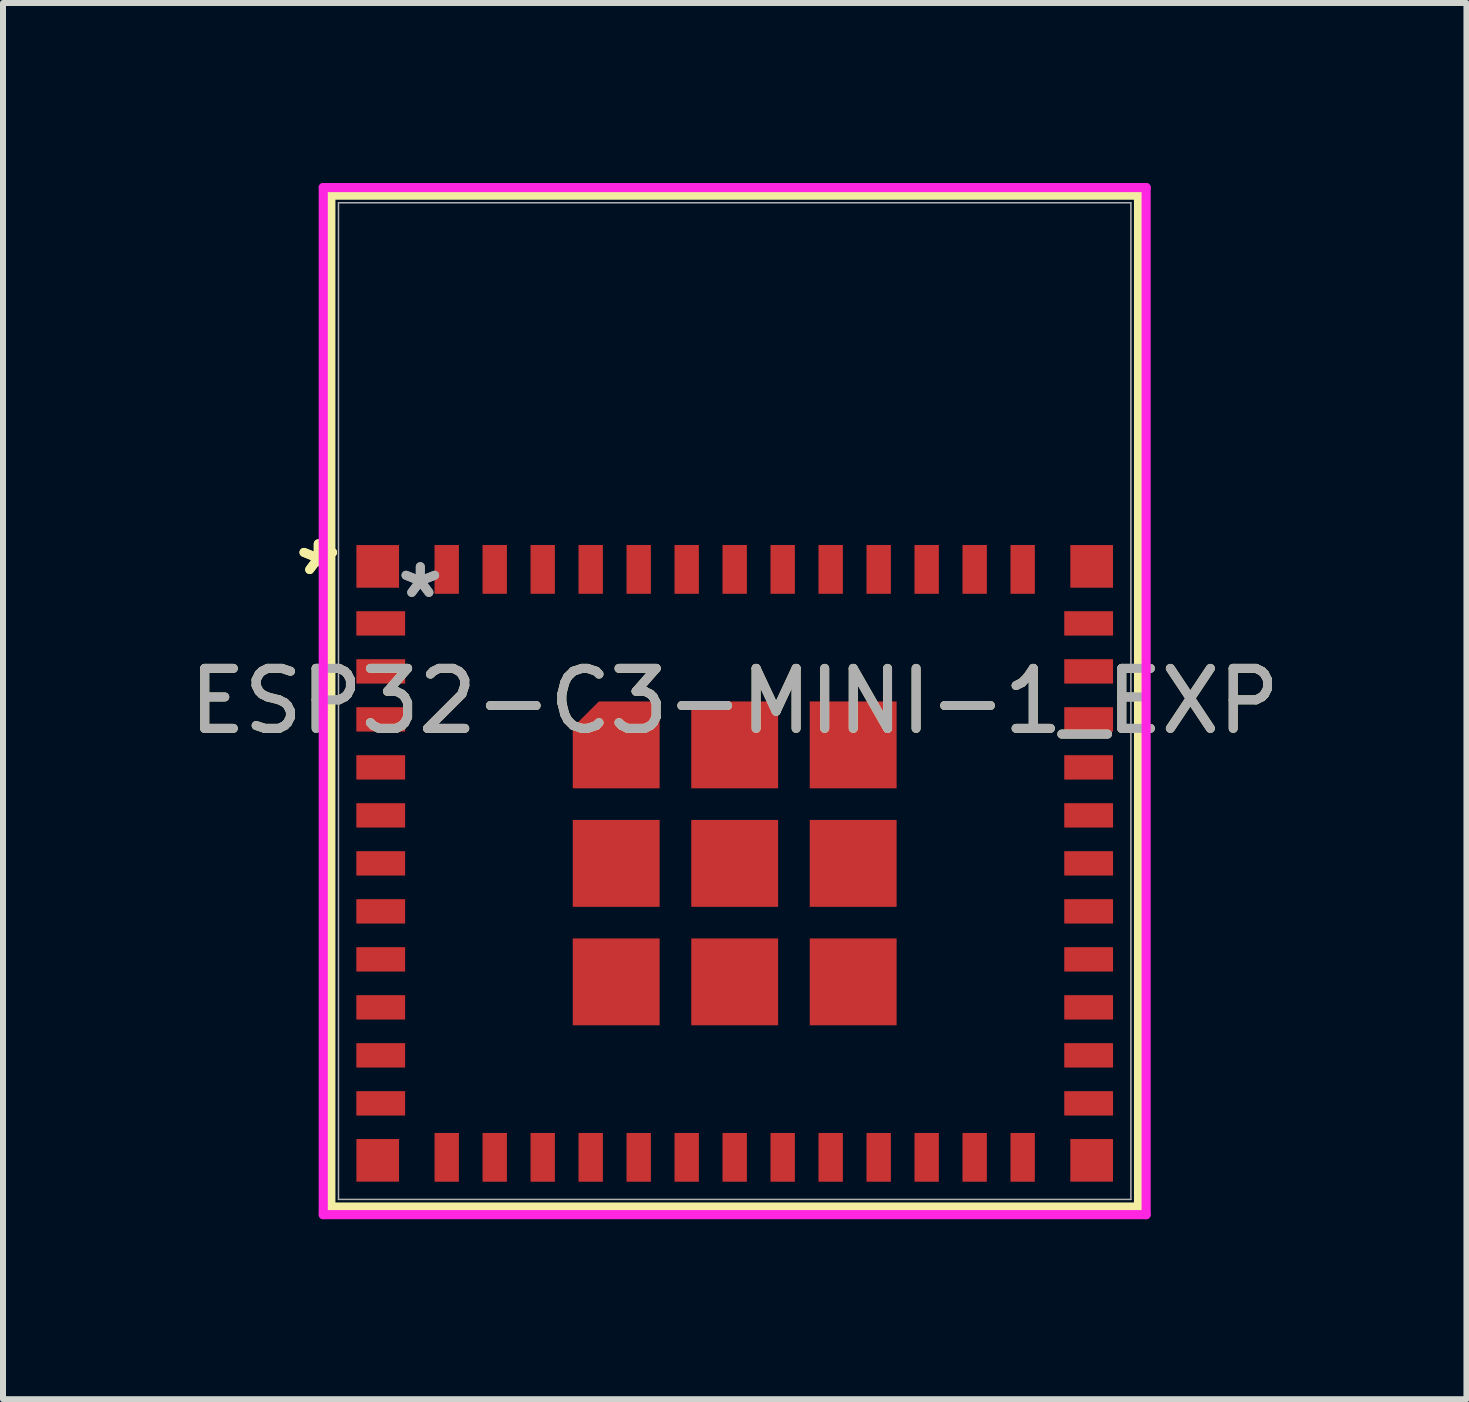
<source format=kicad_pcb>
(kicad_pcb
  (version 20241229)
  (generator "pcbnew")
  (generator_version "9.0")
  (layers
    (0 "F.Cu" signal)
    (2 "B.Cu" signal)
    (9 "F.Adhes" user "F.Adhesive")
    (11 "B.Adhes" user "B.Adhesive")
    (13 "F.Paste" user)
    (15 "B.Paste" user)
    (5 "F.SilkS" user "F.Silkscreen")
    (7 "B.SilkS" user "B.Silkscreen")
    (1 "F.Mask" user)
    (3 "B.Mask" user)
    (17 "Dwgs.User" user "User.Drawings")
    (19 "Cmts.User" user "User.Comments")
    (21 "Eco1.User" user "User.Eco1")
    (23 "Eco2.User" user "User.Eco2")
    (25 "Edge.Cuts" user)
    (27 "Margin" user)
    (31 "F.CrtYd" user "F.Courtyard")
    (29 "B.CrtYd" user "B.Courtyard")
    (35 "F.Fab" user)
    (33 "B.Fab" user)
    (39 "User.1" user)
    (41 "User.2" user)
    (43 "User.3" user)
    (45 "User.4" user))
  (footprint "ESP32-C3-MINI-1_EXP"
    (layer "F.Cu")
    (at 9.196 8.636)
    (property "Reference" "ESP32-C3-MINI-1_EXP" (at 0 0 0) (unlocked yes) (layer "F.SilkS") (effects (font (size 1 1) (thickness 0.15))))
    (attr smd)
    (fp_line (start -6.731 -8.433) (end 6.731 -8.433) (stroke (width 0.152) (type solid)) (layer "F.SilkS"))
    (fp_line (start -6.731 8.433) (end -6.731 -8.433) (stroke (width 0.152) (type solid)) (layer "F.SilkS"))
    (fp_line (start 6.731 -8.433) (end 6.731 8.433) (stroke (width 0.152) (type solid)) (layer "F.SilkS"))
    (fp_line (start 6.731 8.433) (end -6.731 8.433) (stroke (width 0.152) (type solid)) (layer "F.SilkS"))
    (fp_poly (pts (xy -6.604 -8.306) (xy -6.604 -2.896) (xy 6.604 -2.896) (xy 6.604 -8.306)) (stroke (width 0.1) (type solid)) (fill no) (layer "Eco2.User"))
    (fp_line (start -6.858 -8.56) (end -6.858 8.56) (stroke (width 0.152) (type solid)) (layer "F.CrtYd"))
    (fp_line (start -6.858 8.56) (end 6.858 8.56) (stroke (width 0.152) (type solid)) (layer "F.CrtYd"))
    (fp_line (start 6.858 -8.56) (end -6.858 -8.56) (stroke (width 0.152) (type solid)) (layer "F.CrtYd"))
    (fp_line (start 6.858 8.56) (end 6.858 -8.56) (stroke (width 0.152) (type solid)) (layer "F.CrtYd"))
    (fp_line (start -6.604 -8.306) (end -6.604 8.306) (stroke (width 0.025) (type solid)) (layer "F.Fab"))
    (fp_line (start -6.604 8.306) (end 6.604 8.306) (stroke (width 0.025) (type solid)) (layer "F.Fab"))
    (fp_line (start 6.604 -8.306) (end -6.604 -8.306) (stroke (width 0.025) (type solid)) (layer "F.Fab"))
    (fp_line (start 6.604 8.306) (end 6.604 -8.306) (stroke (width 0.025) (type solid)) (layer "F.Fab"))
    (fp_text user "*" (at -6.941 -2.076 0) (layer "F.SilkS") (effects (font (size 1 1) (thickness 0.15))))
    (fp_text user "*" (at -6.941 -2.076 0) (unlocked yes) (layer "F.SilkS") (effects (font (size 1 1) (thickness 0.15))))
    (fp_text user "*" (at -5.24 -1.695 0) (layer "F.Fab") (effects (font (size 1 1) (thickness 0.15))))
    (fp_text user "*" (at -5.24 -1.695 0) (unlocked yes) (layer "F.Fab") (effects (font (size 1 1) (thickness 0.15))))
    (fp_text user "${REFERENCE}" (at 0 0 0) (unlocked yes) (layer "F.Fab") (effects (font (size 1 1) (thickness 0.15))))
    (pad "1" smd rect (at -5.9 -1.295 90) (size 0.406 0.813) (layers "F.Cu" "F.Mask" "F.Paste"))
    (pad "2" smd rect (at -5.9 -0.495 90) (size 0.406 0.813) (layers "F.Cu" "F.Mask" "F.Paste"))
    (pad "3" smd rect (at -5.9 0.305 90) (size 0.406 0.813) (layers "F.Cu" "F.Mask" "F.Paste"))
    (pad "4" smd rect (at -5.9 1.105 90) (size 0.406 0.813) (layers "F.Cu" "F.Mask" "F.Paste"))
    (pad "5" smd rect (at -5.9 1.905 90) (size 0.406 0.813) (layers "F.Cu" "F.Mask" "F.Paste"))
    (pad "6" smd rect (at -5.9 2.705 90) (size 0.406 0.813) (layers "F.Cu" "F.Mask" "F.Paste"))
    (pad "7" smd rect (at -5.9 3.505 90) (size 0.406 0.813) (layers "F.Cu" "F.Mask" "F.Paste"))
    (pad "8" smd rect (at -5.9 4.305 90) (size 0.406 0.813) (layers "F.Cu" "F.Mask" "F.Paste"))
    (pad "9" smd rect (at -5.9 5.105 90) (size 0.406 0.813) (layers "F.Cu" "F.Mask" "F.Paste"))
    (pad "10" smd rect (at -5.9 5.905 90) (size 0.406 0.813) (layers "F.Cu" "F.Mask" "F.Paste"))
    (pad "11" smd rect (at -5.9 6.705 90) (size 0.406 0.813) (layers "F.Cu" "F.Mask" "F.Paste"))
    (pad "12" smd rect (at -4.8 7.605) (size 0.406 0.813) (layers "F.Cu" "F.Mask" "F.Paste"))
    (pad "13" smd rect (at -4 7.605) (size 0.406 0.813) (layers "F.Cu" "F.Mask" "F.Paste"))
    (pad "14" smd rect (at -3.2 7.605) (size 0.406 0.813) (layers "F.Cu" "F.Mask" "F.Paste"))
    (pad "15" smd rect (at -2.4 7.605) (size 0.406 0.813) (layers "F.Cu" "F.Mask" "F.Paste"))
    (pad "16" smd rect (at -1.6 7.605) (size 0.406 0.813) (layers "F.Cu" "F.Mask" "F.Paste"))
    (pad "17" smd rect (at -0.8 7.605) (size 0.406 0.813) (layers "F.Cu" "F.Mask" "F.Paste"))
    (pad "18" smd rect (at 0 7.605) (size 0.406 0.813) (layers "F.Cu" "F.Mask" "F.Paste"))
    (pad "19" smd rect (at 0.8 7.605) (size 0.406 0.813) (layers "F.Cu" "F.Mask" "F.Paste"))
    (pad "20" smd rect (at 1.6 7.605) (size 0.406 0.813) (layers "F.Cu" "F.Mask" "F.Paste"))
    (pad "21" smd rect (at 2.4 7.605) (size 0.406 0.813) (layers "F.Cu" "F.Mask" "F.Paste"))
    (pad "22" smd rect (at 3.2 7.605) (size 0.406 0.813) (layers "F.Cu" "F.Mask" "F.Paste"))
    (pad "23" smd rect (at 4 7.605) (size 0.406 0.813) (layers "F.Cu" "F.Mask" "F.Paste"))
    (pad "24" smd rect (at 4.8 7.605) (size 0.406 0.813) (layers "F.Cu" "F.Mask" "F.Paste"))
    (pad "25" smd rect (at 5.9 6.705 90) (size 0.406 0.813) (layers "F.Cu" "F.Mask" "F.Paste"))
    (pad "26" smd rect (at 5.9 5.905 90) (size 0.406 0.813) (layers "F.Cu" "F.Mask" "F.Paste"))
    (pad "27" smd rect (at 5.9 5.105 90) (size 0.406 0.813) (layers "F.Cu" "F.Mask" "F.Paste"))
    (pad "28" smd rect (at 5.9 4.305 90) (size 0.406 0.813) (layers "F.Cu" "F.Mask" "F.Paste"))
    (pad "29" smd rect (at 5.9 3.505 90) (size 0.406 0.813) (layers "F.Cu" "F.Mask" "F.Paste"))
    (pad "30" smd rect (at 5.9 2.705 90) (size 0.406 0.813) (layers "F.Cu" "F.Mask" "F.Paste"))
    (pad "31" smd rect (at 5.9 1.905 90) (size 0.406 0.813) (layers "F.Cu" "F.Mask" "F.Paste"))
    (pad "32" smd rect (at 5.9 1.105 90) (size 0.406 0.813) (layers "F.Cu" "F.Mask" "F.Paste"))
    (pad "33" smd rect (at 5.9 0.305 90) (size 0.406 0.813) (layers "F.Cu" "F.Mask" "F.Paste"))
    (pad "34" smd rect (at 5.9 -0.495 90) (size 0.406 0.813) (layers "F.Cu" "F.Mask" "F.Paste"))
    (pad "35" smd rect (at 5.9 -1.295 90) (size 0.406 0.813) (layers "F.Cu" "F.Mask" "F.Paste"))
    (pad "36" smd rect (at 4.8 -2.195) (size 0.406 0.813) (layers "F.Cu" "F.Mask" "F.Paste"))
    (pad "37" smd rect (at 4 -2.195) (size 0.406 0.813) (layers "F.Cu" "F.Mask" "F.Paste"))
    (pad "38" smd rect (at 3.2 -2.195) (size 0.406 0.813) (layers "F.Cu" "F.Mask" "F.Paste"))
    (pad "39" smd rect (at 2.4 -2.195) (size 0.406 0.813) (layers "F.Cu" "F.Mask" "F.Paste"))
    (pad "40" smd rect (at 1.6 -2.195) (size 0.406 0.813) (layers "F.Cu" "F.Mask" "F.Paste"))
    (pad "41" smd rect (at 0.8 -2.195) (size 0.406 0.813) (layers "F.Cu" "F.Mask" "F.Paste"))
    (pad "42" smd rect (at 0 -2.195) (size 0.406 0.813) (layers "F.Cu" "F.Mask" "F.Paste"))
    (pad "43" smd rect (at -0.8 -2.195) (size 0.406 0.813) (layers "F.Cu" "F.Mask" "F.Paste"))
    (pad "44" smd rect (at -1.6 -2.195) (size 0.406 0.813) (layers "F.Cu" "F.Mask" "F.Paste"))
    (pad "45" smd rect (at -2.4 -2.195) (size 0.406 0.813) (layers "F.Cu" "F.Mask" "F.Paste"))
    (pad "46" smd rect (at -3.2 -2.195) (size 0.406 0.813) (layers "F.Cu" "F.Mask" "F.Paste"))
    (pad "47" smd rect (at -4 -2.195) (size 0.406 0.813) (layers "F.Cu" "F.Mask" "F.Paste"))
    (pad "48" smd rect (at -4.8 -2.195) (size 0.406 0.813) (layers "F.Cu" "F.Mask" "F.Paste"))
    (pad "49" smd rect (at 0 2.705 90) (size 1.448 1.448) (layers "F.Cu" "F.Mask" "F.Paste"))
    (pad "50" smd rect (at 5.95 -2.245 90) (size 0.711 0.711) (layers "F.Cu" "F.Mask" "F.Paste"))
    (pad "51" smd rect (at 5.95 7.655 90) (size 0.711 0.711) (layers "F.Cu" "F.Mask" "F.Paste"))
    (pad "52" smd rect (at -5.95 7.655 90) (size 0.711 0.711) (layers "F.Cu" "F.Mask" "F.Paste"))
    (pad "53" smd rect (at -5.95 -2.245 90) (size 0.711 0.711) (layers "F.Cu" "F.Mask" "F.Paste"))
    (pad "54" smd rect (at 1.975 0.73 90) (size 1.448 1.448) (layers "F.Cu" "F.Mask" "F.Paste"))
    (pad "55" smd rect (at 1.975 2.705 90) (size 1.448 1.448) (layers "F.Cu" "F.Mask" "F.Paste"))
    (pad "56" smd rect (at 1.975 4.68 90) (size 1.448 1.448) (layers "F.Cu" "F.Mask" "F.Paste"))
    (pad "57" smd rect (at 0 4.68 90) (size 1.448 1.448) (layers "F.Cu" "F.Mask" "F.Paste"))
    (pad "58" smd rect (at -1.975 4.68 90) (size 1.448 1.448) (layers "F.Cu" "F.Mask" "F.Paste"))
    (pad "59" smd rect (at -1.975 2.705 90) (size 1.448 1.448) (layers "F.Cu" "F.Mask" "F.Paste"))
    (pad "60" smd roundrect (at -1.975 0.73) (size 1.448 1.448) (layers "F.Cu" "F.Mask" "F.Paste") (roundrect_rratio 0) (chamfer_ratio 0.3) (chamfer top_left))
    (pad "61" smd rect (at 0 0.73 90) (size 1.448 1.448) (layers "F.Cu" "F.Mask" "F.Paste")))
  (gr_rect
    (start -3 -3)
    (end 21.393 20.272)
    (stroke (width 0.1) (type default))
    (fill no)
    (layer "Edge.Cuts")))
</source>
